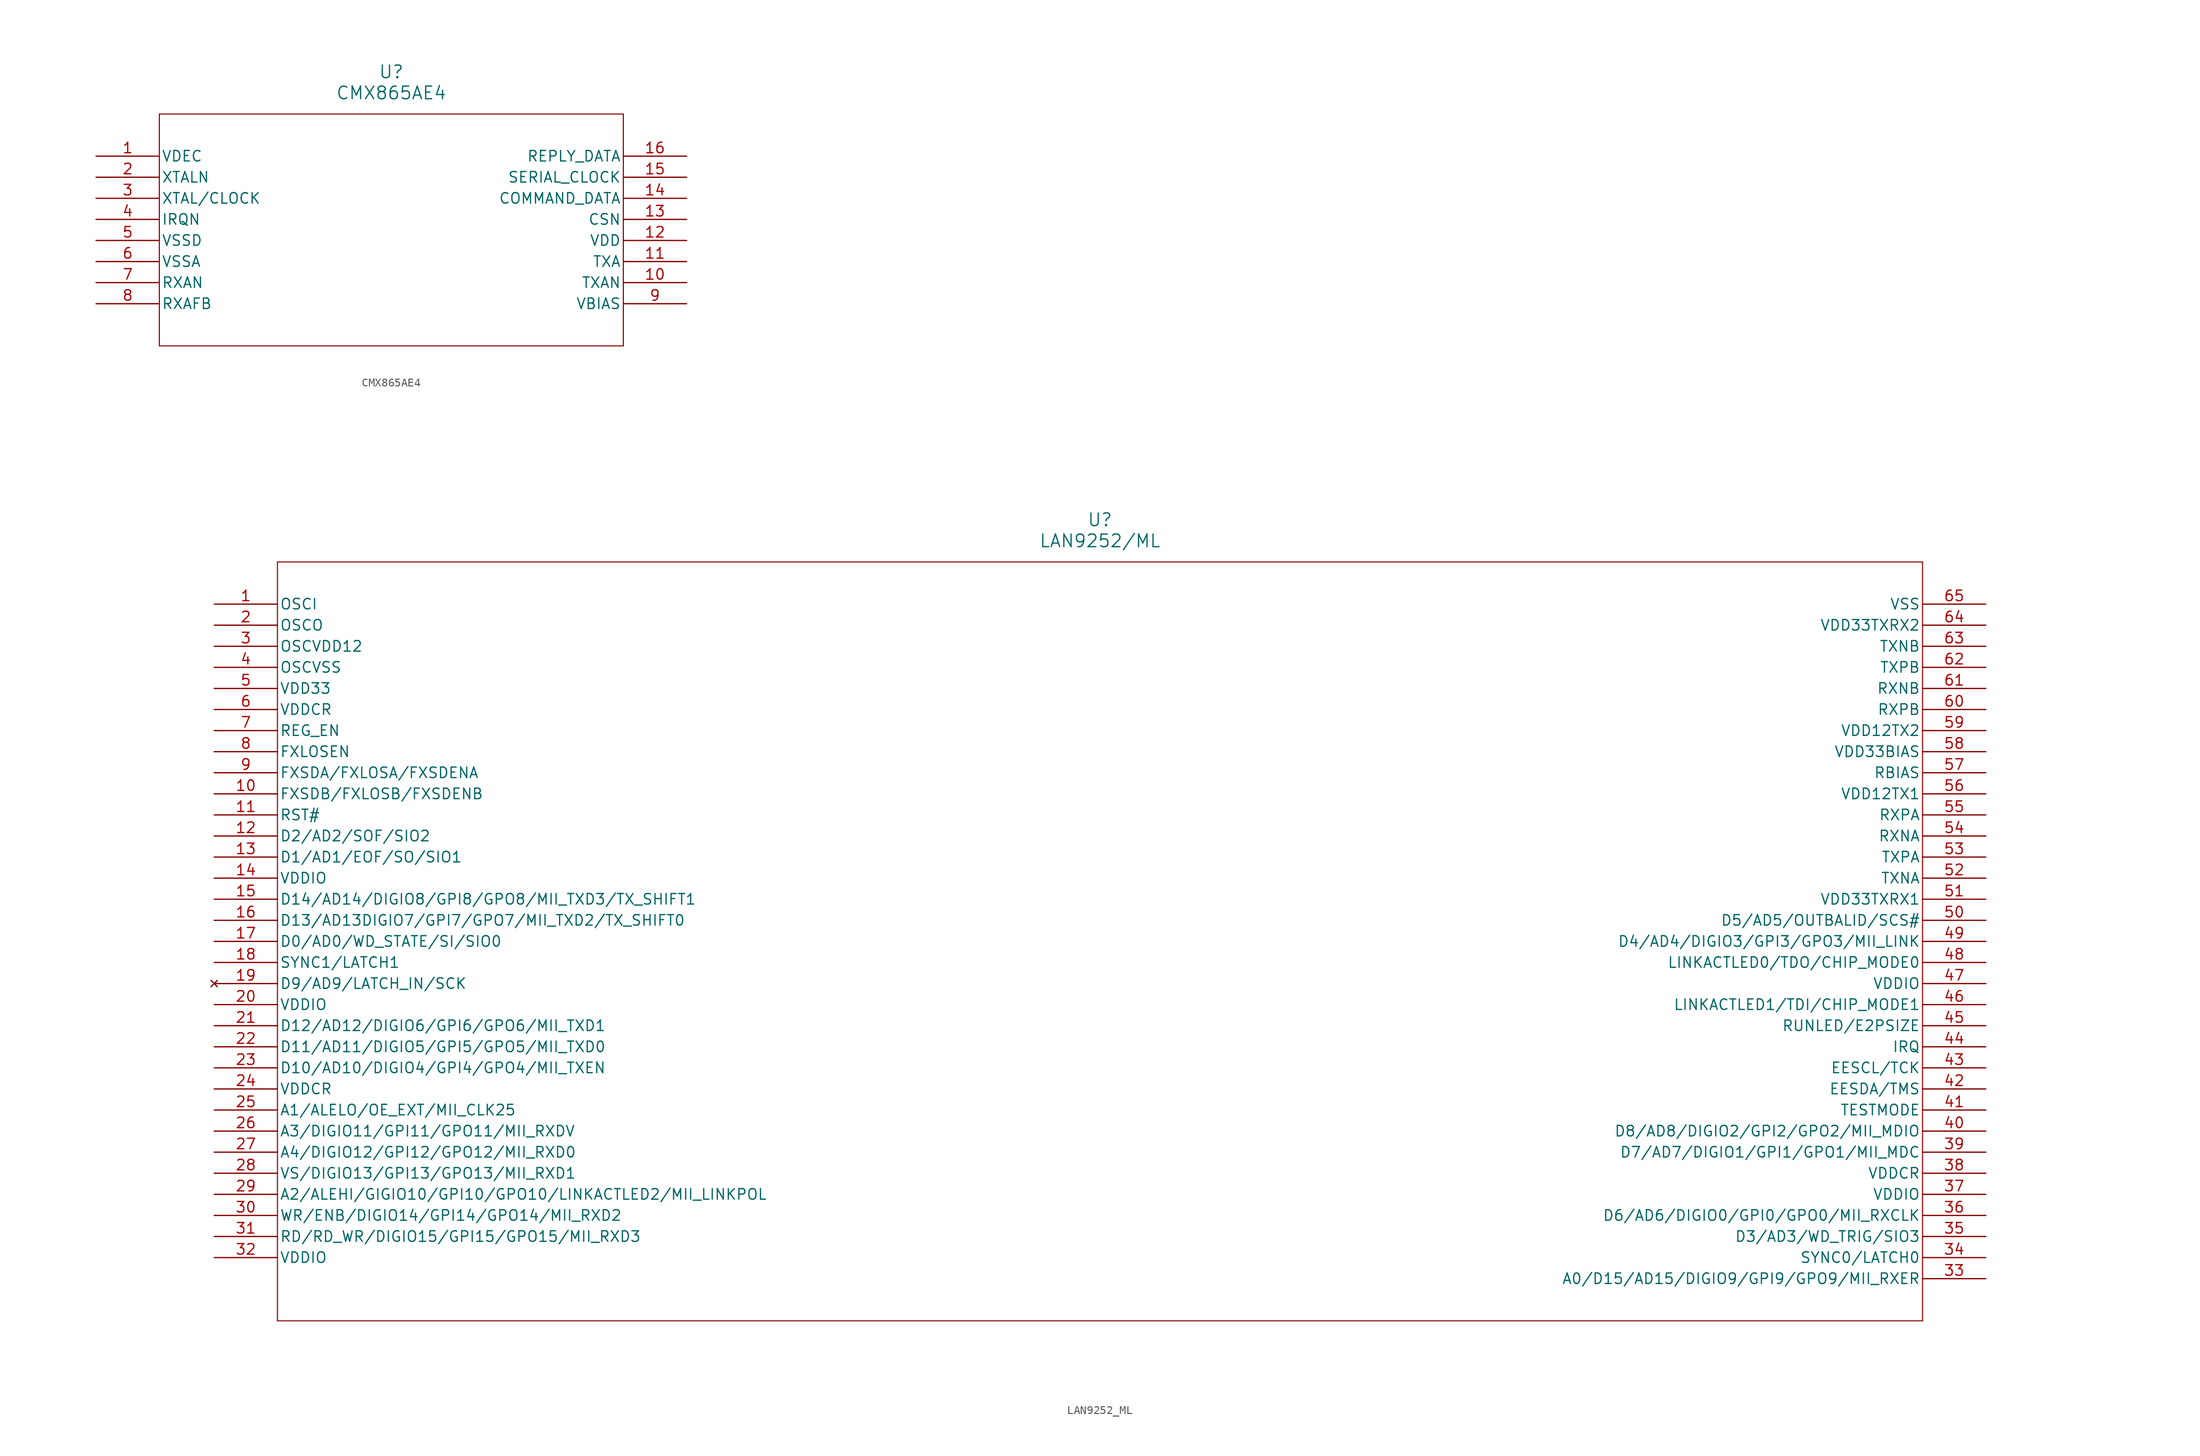
<source format=kicad_sym>
(kicad_symbol_lib
  (version 20231120)
  (generator "kicad_symbol_editor")
  (generator_version "8.0")
  (symbol "CMX865AE4"
    (pin_names
      (offset 0.254))
    (property "Reference" "U"
      (at 35.56 10.16 0)
      (effects (font (size 1.524 1.524))))
    (property "Value" "CMX865AE4"
      (at 35.56 7.62 0)
      (effects (font (size 1.524 1.524))))
    (property "ki_locked" ""
      (at 0 0 0)
      (effects (font (size 1.27 1.27))))
    (symbol "CMX865AE4_0_1"
      (polyline (pts (xy 7.62 -22.86) (xy 63.5 -22.86)) (stroke (width 0.127) (type default)) (fill (type none)))
      (polyline (pts (xy 7.62 5.08) (xy 7.62 -22.86)) (stroke (width 0.127) (type default)) (fill (type none)))
      (polyline (pts (xy 63.5 -22.86) (xy 63.5 5.08)) (stroke (width 0.127) (type default)) (fill (type none)))
      (polyline (pts (xy 63.5 5.08) (xy 7.62 5.08)) (stroke (width 0.127) (type default)) (fill (type none)))
      (pin unspecified line (at 0 0 0) (length 7.62) (name "VDEC" (effects (font (size 1.27 1.27)))) (number "1" (effects (font (size 1.27 1.27)))))
      (pin unspecified line (at 71.12 -15.24 180) (length 7.62) (name "TXAN" (effects (font (size 1.27 1.27)))) (number "10" (effects (font (size 1.27 1.27)))))
      (pin unspecified line (at 71.12 -12.7 180) (length 7.62) (name "TXA" (effects (font (size 1.27 1.27)))) (number "11" (effects (font (size 1.27 1.27)))))
      (pin power_in line (at 71.12 -10.16 180) (length 7.62) (name "VDD" (effects (font (size 1.27 1.27)))) (number "12" (effects (font (size 1.27 1.27)))))
      (pin unspecified line (at 71.12 -7.62 180) (length 7.62) (name "CSN" (effects (font (size 1.27 1.27)))) (number "13" (effects (font (size 1.27 1.27)))))
      (pin unspecified line (at 71.12 -5.08 180) (length 7.62) (name "COMMAND_DATA" (effects (font (size 1.27 1.27)))) (number "14" (effects (font (size 1.27 1.27)))))
      (pin unspecified line (at 71.12 -2.54 180) (length 7.62) (name "SERIAL_CLOCK" (effects (font (size 1.27 1.27)))) (number "15" (effects (font (size 1.27 1.27)))))
      (pin unspecified line (at 71.12 0 180) (length 7.62) (name "REPLY_DATA" (effects (font (size 1.27 1.27)))) (number "16" (effects (font (size 1.27 1.27)))))
      (pin unspecified line (at 0 -2.54 0) (length 7.62) (name "XTALN" (effects (font (size 1.27 1.27)))) (number "2" (effects (font (size 1.27 1.27)))))
      (pin unspecified line (at 0 -5.08 0) (length 7.62) (name "XTAL/CLOCK" (effects (font (size 1.27 1.27)))) (number "3" (effects (font (size 1.27 1.27)))))
      (pin unspecified line (at 0 -7.62 0) (length 7.62) (name "IRQN" (effects (font (size 1.27 1.27)))) (number "4" (effects (font (size 1.27 1.27)))))
      (pin power_out line (at 0 -10.16 0) (length 7.62) (name "VSSD" (effects (font (size 1.27 1.27)))) (number "5" (effects (font (size 1.27 1.27)))))
      (pin power_out line (at 0 -12.7 0) (length 7.62) (name "VSSA" (effects (font (size 1.27 1.27)))) (number "6" (effects (font (size 1.27 1.27)))))
      (pin unspecified line (at 0 -15.24 0) (length 7.62) (name "RXAN" (effects (font (size 1.27 1.27)))) (number "7" (effects (font (size 1.27 1.27)))))
      (pin unspecified line (at 0 -17.78 0) (length 7.62) (name "RXAFB" (effects (font (size 1.27 1.27)))) (number "8" (effects (font (size 1.27 1.27)))))
      (pin unspecified line (at 71.12 -17.78 180) (length 7.62) (name "VBIAS" (effects (font (size 1.27 1.27)))) (number "9" (effects (font (size 1.27 1.27)))))))
  (symbol "LAN9252_ML"
    (pin_names
      (offset 0.254))
    (property "Reference" "U"
      (at 106.68 10.16 0)
      (effects (font (size 1.524 1.524))))
    (property "Value" "LAN9252/ML"
      (at 106.68 7.62 0)
      (effects (font (size 1.524 1.524))))
    (property "ki_locked" ""
      (at 0 0 0)
      (effects (font (size 1.27 1.27))))
    (symbol "LAN9252_ML_0_1"
      (polyline (pts (xy 7.62 -86.36) (xy 205.74 -86.36)) (stroke (width 0.127) (type default)) (fill (type none)))
      (polyline (pts (xy 7.62 5.08) (xy 7.62 -86.36)) (stroke (width 0.127) (type default)) (fill (type none)))
      (polyline (pts (xy 205.74 -86.36) (xy 205.74 5.08)) (stroke (width 0.127) (type default)) (fill (type none)))
      (polyline (pts (xy 205.74 5.08) (xy 7.62 5.08)) (stroke (width 0.127) (type default)) (fill (type none)))
      (pin input line (at 0 0 0) (length 7.62) (name "OSCI" (effects (font (size 1.27 1.27)))) (number "1" (effects (font (size 1.27 1.27)))))
      (pin bidirectional line (at 0 -22.86 0) (length 7.62) (name "FXSDB/FXLOSB/FXSDENB" (effects (font (size 1.27 1.27)))) (number "10" (effects (font (size 1.27 1.27)))))
      (pin bidirectional line (at 0 -25.4 0) (length 7.62) (name "RST#" (effects (font (size 1.27 1.27)))) (number "11" (effects (font (size 1.27 1.27)))))
      (pin bidirectional line (at 0 -27.94 0) (length 7.62) (name "D2/AD2/SOF/SIO2" (effects (font (size 1.27 1.27)))) (number "12" (effects (font (size 1.27 1.27)))))
      (pin bidirectional line (at 0 -30.48 0) (length 7.62) (name "D1/AD1/EOF/SO/SIO1" (effects (font (size 1.27 1.27)))) (number "13" (effects (font (size 1.27 1.27)))))
      (pin power_in line (at 0 -33.02 0) (length 7.62) (name "VDDIO" (effects (font (size 1.27 1.27)))) (number "14" (effects (font (size 1.27 1.27)))))
      (pin bidirectional line (at 0 -35.56 0) (length 7.62) (name "D14/AD14/DIGIO8/GPI8/GPO8/MII_TXD3/TX_SHIFT1" (effects (font (size 1.27 1.27)))) (number "15" (effects (font (size 1.27 1.27)))))
      (pin bidirectional line (at 0 -38.1 0) (length 7.62) (name "D13/AD13DIGIO7/GPI7/GPO7/MII_TXD2/TX_SHIFT0" (effects (font (size 1.27 1.27)))) (number "16" (effects (font (size 1.27 1.27)))))
      (pin bidirectional line (at 0 -40.64 0) (length 7.62) (name "D0/AD0/WD_STATE/SI/SIO0" (effects (font (size 1.27 1.27)))) (number "17" (effects (font (size 1.27 1.27)))))
      (pin bidirectional line (at 0 -43.18 0) (length 7.62) (name "SYNC1/LATCH1" (effects (font (size 1.27 1.27)))) (number "18" (effects (font (size 1.27 1.27)))))
      (pin no_connect line (at 0 -45.72 0) (length 7.62) (name "D9/AD9/LATCH_IN/SCK" (effects (font (size 1.27 1.27)))) (number "19" (effects (font (size 1.27 1.27)))))
      (pin output line (at 0 -2.54 0) (length 7.62) (name "OSCO" (effects (font (size 1.27 1.27)))) (number "2" (effects (font (size 1.27 1.27)))))
      (pin power_in line (at 0 -48.26 0) (length 7.62) (name "VDDIO" (effects (font (size 1.27 1.27)))) (number "20" (effects (font (size 1.27 1.27)))))
      (pin bidirectional line (at 0 -50.8 0) (length 7.62) (name "D12/AD12/DIGIO6/GPI6/GPO6/MII_TXD1" (effects (font (size 1.27 1.27)))) (number "21" (effects (font (size 1.27 1.27)))))
      (pin bidirectional line (at 0 -53.34 0) (length 7.62) (name "D11/AD11/DIGIO5/GPI5/GPO5/MII_TXD0" (effects (font (size 1.27 1.27)))) (number "22" (effects (font (size 1.27 1.27)))))
      (pin bidirectional line (at 0 -55.88 0) (length 7.62) (name "D10/AD10/DIGIO4/GPI4/GPO4/MII_TXEN" (effects (font (size 1.27 1.27)))) (number "23" (effects (font (size 1.27 1.27)))))
      (pin power_in line (at 0 -58.42 0) (length 7.62) (name "VDDCR" (effects (font (size 1.27 1.27)))) (number "24" (effects (font (size 1.27 1.27)))))
      (pin bidirectional line (at 0 -60.96 0) (length 7.62) (name "A1/ALELO/OE_EXT/MII_CLK25" (effects (font (size 1.27 1.27)))) (number "25" (effects (font (size 1.27 1.27)))))
      (pin bidirectional line (at 0 -63.5 0) (length 7.62) (name "A3/DIGIO11/GPI11/GPO11/MII_RXDV" (effects (font (size 1.27 1.27)))) (number "26" (effects (font (size 1.27 1.27)))))
      (pin bidirectional line (at 0 -66.04 0) (length 7.62) (name "A4/DIGIO12/GPI12/GPO12/MII_RXD0" (effects (font (size 1.27 1.27)))) (number "27" (effects (font (size 1.27 1.27)))))
      (pin bidirectional line (at 0 -68.58 0) (length 7.62) (name "VS/DIGIO13/GPI13/GPO13/MII_RXD1" (effects (font (size 1.27 1.27)))) (number "28" (effects (font (size 1.27 1.27)))))
      (pin bidirectional line (at 0 -71.12 0) (length 7.62) (name "A2/ALEHI/GIGIO10/GPI10/GPO10/LINKACTLED2/MII_LINKPOL" (effects (font (size 1.27 1.27)))) (number "29" (effects (font (size 1.27 1.27)))))
      (pin power_in line (at 0 -5.08 0) (length 7.62) (name "OSCVDD12" (effects (font (size 1.27 1.27)))) (number "3" (effects (font (size 1.27 1.27)))))
      (pin bidirectional line (at 0 -73.66 0) (length 7.62) (name "WR/ENB/DIGIO14/GPI14/GPO14/MII_RXD2" (effects (font (size 1.27 1.27)))) (number "30" (effects (font (size 1.27 1.27)))))
      (pin bidirectional line (at 0 -76.2 0) (length 7.62) (name "RD/RD_WR/DIGIO15/GPI15/GPO15/MII_RXD3" (effects (font (size 1.27 1.27)))) (number "31" (effects (font (size 1.27 1.27)))))
      (pin power_in line (at 0 -78.74 0) (length 7.62) (name "VDDIO" (effects (font (size 1.27 1.27)))) (number "32" (effects (font (size 1.27 1.27)))))
      (pin bidirectional line (at 213.36 -81.28 180) (length 7.62) (name "A0/D15/AD15/DIGIO9/GPI9/GPO9/MII_RXER" (effects (font (size 1.27 1.27)))) (number "33" (effects (font (size 1.27 1.27)))))
      (pin bidirectional line (at 213.36 -78.74 180) (length 7.62) (name "SYNC0/LATCH0" (effects (font (size 1.27 1.27)))) (number "34" (effects (font (size 1.27 1.27)))))
      (pin bidirectional line (at 213.36 -76.2 180) (length 7.62) (name "D3/AD3/WD_TRIG/SIO3" (effects (font (size 1.27 1.27)))) (number "35" (effects (font (size 1.27 1.27)))))
      (pin bidirectional line (at 213.36 -73.66 180) (length 7.62) (name "D6/AD6/DIGIO0/GPI0/GPO0/MII_RXCLK" (effects (font (size 1.27 1.27)))) (number "36" (effects (font (size 1.27 1.27)))))
      (pin power_in line (at 213.36 -71.12 180) (length 7.62) (name "VDDIO" (effects (font (size 1.27 1.27)))) (number "37" (effects (font (size 1.27 1.27)))))
      (pin power_in line (at 213.36 -68.58 180) (length 7.62) (name "VDDCR" (effects (font (size 1.27 1.27)))) (number "38" (effects (font (size 1.27 1.27)))))
      (pin bidirectional line (at 213.36 -66.04 180) (length 7.62) (name "D7/AD7/DIGIO1/GPI1/GPO1/MII_MDC" (effects (font (size 1.27 1.27)))) (number "39" (effects (font (size 1.27 1.27)))))
      (pin power_out line (at 0 -7.62 0) (length 7.62) (name "OSCVSS" (effects (font (size 1.27 1.27)))) (number "4" (effects (font (size 1.27 1.27)))))
      (pin bidirectional line (at 213.36 -63.5 180) (length 7.62) (name "D8/AD8/DIGIO2/GPI2/GPO2/MII_MDIO" (effects (font (size 1.27 1.27)))) (number "40" (effects (font (size 1.27 1.27)))))
      (pin unspecified line (at 213.36 -60.96 180) (length 7.62) (name "TESTMODE" (effects (font (size 1.27 1.27)))) (number "41" (effects (font (size 1.27 1.27)))))
      (pin bidirectional line (at 213.36 -58.42 180) (length 7.62) (name "EESDA/TMS" (effects (font (size 1.27 1.27)))) (number "42" (effects (font (size 1.27 1.27)))))
      (pin bidirectional line (at 213.36 -55.88 180) (length 7.62) (name "EESCL/TCK" (effects (font (size 1.27 1.27)))) (number "43" (effects (font (size 1.27 1.27)))))
      (pin output line (at 213.36 -53.34 180) (length 7.62) (name "IRQ" (effects (font (size 1.27 1.27)))) (number "44" (effects (font (size 1.27 1.27)))))
      (pin bidirectional line (at 213.36 -50.8 180) (length 7.62) (name "RUNLED/E2PSIZE" (effects (font (size 1.27 1.27)))) (number "45" (effects (font (size 1.27 1.27)))))
      (pin bidirectional line (at 213.36 -48.26 180) (length 7.62) (name "LINKACTLED1/TDI/CHIP_MODE1" (effects (font (size 1.27 1.27)))) (number "46" (effects (font (size 1.27 1.27)))))
      (pin power_in line (at 213.36 -45.72 180) (length 7.62) (name "VDDIO" (effects (font (size 1.27 1.27)))) (number "47" (effects (font (size 1.27 1.27)))))
      (pin bidirectional line (at 213.36 -43.18 180) (length 7.62) (name "LINKACTLED0/TDO/CHIP_MODE0" (effects (font (size 1.27 1.27)))) (number "48" (effects (font (size 1.27 1.27)))))
      (pin bidirectional line (at 213.36 -40.64 180) (length 7.62) (name "D4/AD4/DIGIO3/GPI3/GPO3/MII_LINK" (effects (font (size 1.27 1.27)))) (number "49" (effects (font (size 1.27 1.27)))))
      (pin power_in line (at 0 -10.16 0) (length 7.62) (name "VDD33" (effects (font (size 1.27 1.27)))) (number "5" (effects (font (size 1.27 1.27)))))
      (pin bidirectional line (at 213.36 -38.1 180) (length 7.62) (name "D5/AD5/OUTBALID/SCS#" (effects (font (size 1.27 1.27)))) (number "50" (effects (font (size 1.27 1.27)))))
      (pin power_in line (at 213.36 -35.56 180) (length 7.62) (name "VDD33TXRX1" (effects (font (size 1.27 1.27)))) (number "51" (effects (font (size 1.27 1.27)))))
      (pin unspecified line (at 213.36 -33.02 180) (length 7.62) (name "TXNA" (effects (font (size 1.27 1.27)))) (number "52" (effects (font (size 1.27 1.27)))))
      (pin unspecified line (at 213.36 -30.48 180) (length 7.62) (name "TXPA" (effects (font (size 1.27 1.27)))) (number "53" (effects (font (size 1.27 1.27)))))
      (pin unspecified line (at 213.36 -27.94 180) (length 7.62) (name "RXNA" (effects (font (size 1.27 1.27)))) (number "54" (effects (font (size 1.27 1.27)))))
      (pin unspecified line (at 213.36 -25.4 180) (length 7.62) (name "RXPA" (effects (font (size 1.27 1.27)))) (number "55" (effects (font (size 1.27 1.27)))))
      (pin power_in line (at 213.36 -22.86 180) (length 7.62) (name "VDD12TX1" (effects (font (size 1.27 1.27)))) (number "56" (effects (font (size 1.27 1.27)))))
      (pin unspecified line (at 213.36 -20.32 180) (length 7.62) (name "RBIAS" (effects (font (size 1.27 1.27)))) (number "57" (effects (font (size 1.27 1.27)))))
      (pin power_in line (at 213.36 -17.78 180) (length 7.62) (name "VDD33BIAS" (effects (font (size 1.27 1.27)))) (number "58" (effects (font (size 1.27 1.27)))))
      (pin power_in line (at 213.36 -15.24 180) (length 7.62) (name "VDD12TX2" (effects (font (size 1.27 1.27)))) (number "59" (effects (font (size 1.27 1.27)))))
      (pin power_in line (at 0 -12.7 0) (length 7.62) (name "VDDCR" (effects (font (size 1.27 1.27)))) (number "6" (effects (font (size 1.27 1.27)))))
      (pin unspecified line (at 213.36 -12.7 180) (length 7.62) (name "RXPB" (effects (font (size 1.27 1.27)))) (number "60" (effects (font (size 1.27 1.27)))))
      (pin unspecified line (at 213.36 -10.16 180) (length 7.62) (name "RXNB" (effects (font (size 1.27 1.27)))) (number "61" (effects (font (size 1.27 1.27)))))
      (pin unspecified line (at 213.36 -7.62 180) (length 7.62) (name "TXPB" (effects (font (size 1.27 1.27)))) (number "62" (effects (font (size 1.27 1.27)))))
      (pin unspecified line (at 213.36 -5.08 180) (length 7.62) (name "TXNB" (effects (font (size 1.27 1.27)))) (number "63" (effects (font (size 1.27 1.27)))))
      (pin power_in line (at 213.36 -2.54 180) (length 7.62) (name "VDD33TXRX2" (effects (font (size 1.27 1.27)))) (number "64" (effects (font (size 1.27 1.27)))))
      (pin power_out line (at 213.36 0 180) (length 7.62) (name "VSS" (effects (font (size 1.27 1.27)))) (number "65" (effects (font (size 1.27 1.27)))))
      (pin unspecified line (at 0 -15.24 0) (length 7.62) (name "REG_EN" (effects (font (size 1.27 1.27)))) (number "7" (effects (font (size 1.27 1.27)))))
      (pin bidirectional line (at 0 -17.78 0) (length 7.62) (name "FXLOSEN" (effects (font (size 1.27 1.27)))) (number "8" (effects (font (size 1.27 1.27)))))
      (pin bidirectional line (at 0 -20.32 0) (length 7.62) (name "FXSDA/FXLOSA/FXSDENA" (effects (font (size 1.27 1.27)))) (number "9" (effects (font (size 1.27 1.27))))))))
</source>
